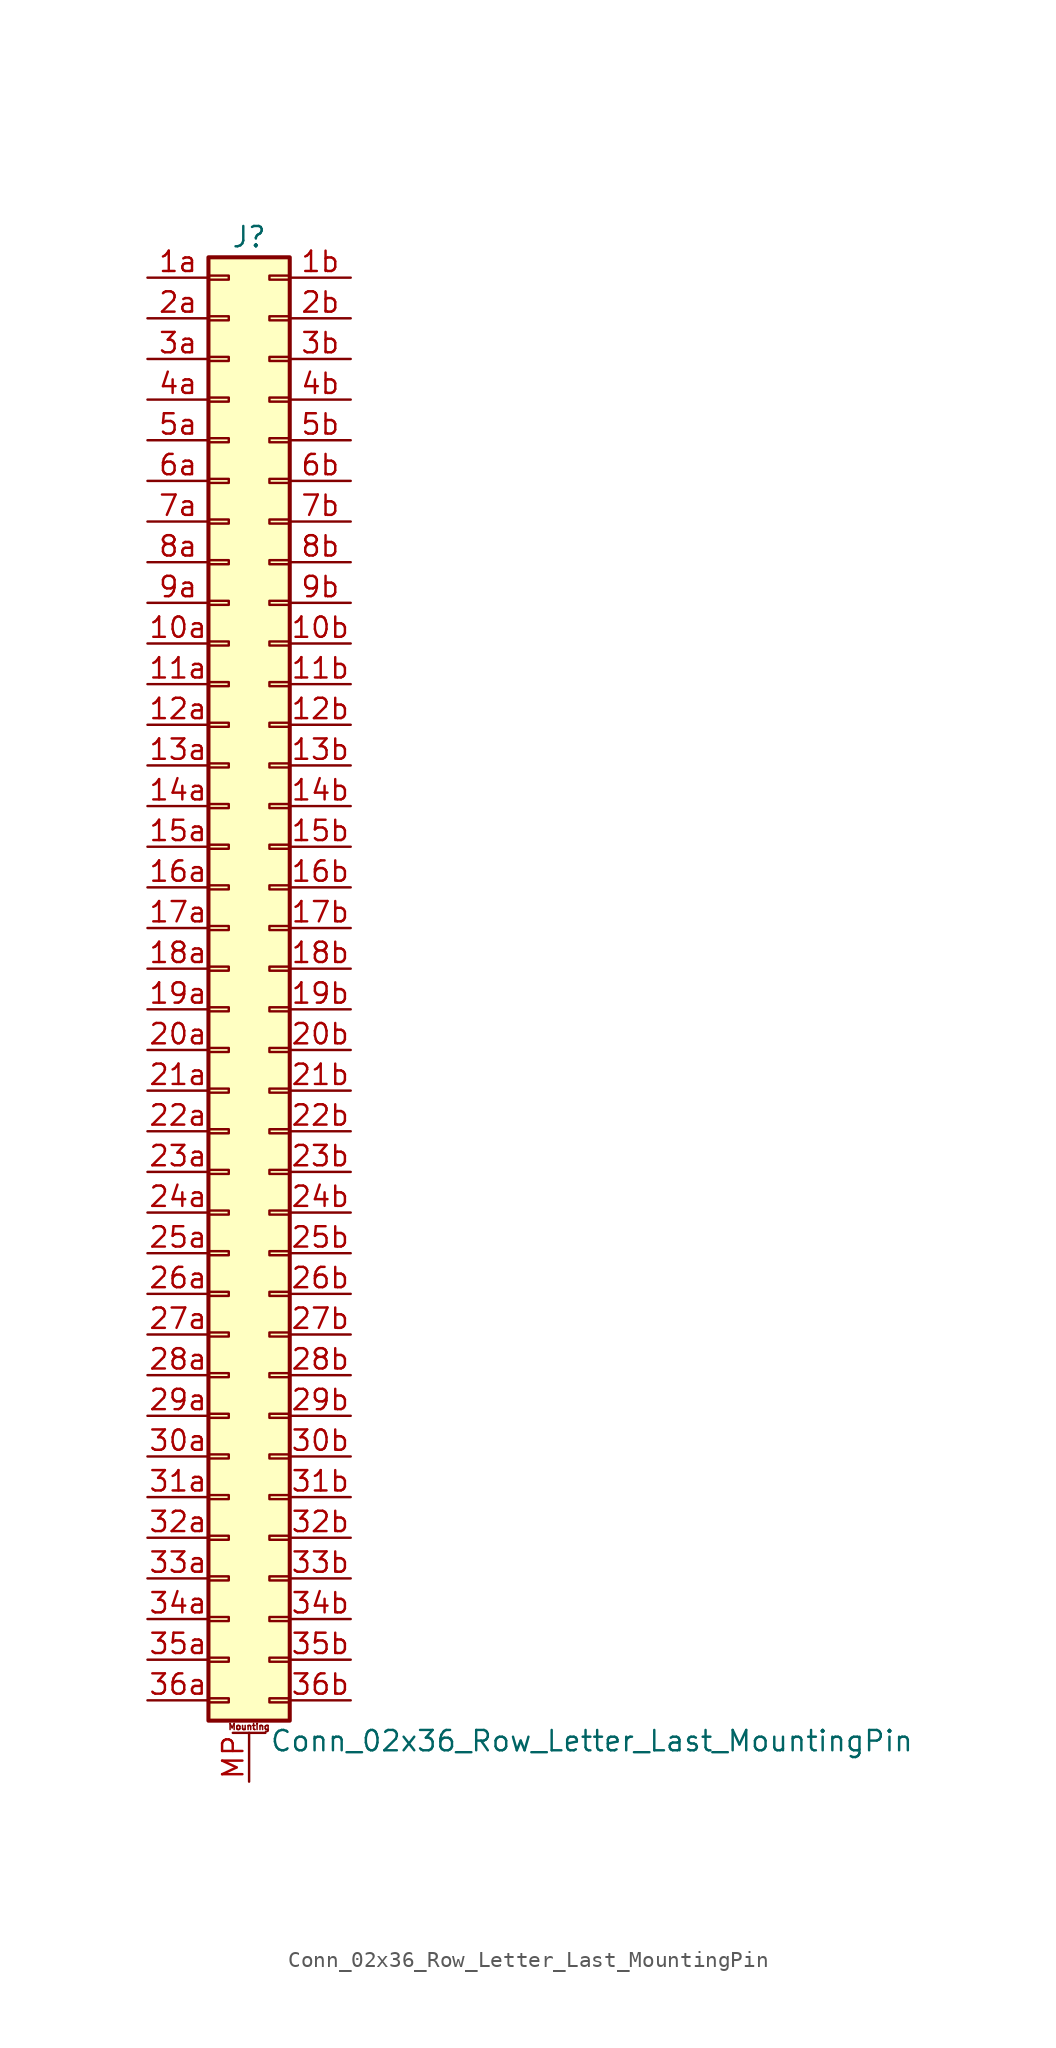
<source format=kicad_sym>
(kicad_symbol_lib
  (version 20220914)
  (generator kicad_symbol_editor)
  (symbol "Conn_02x36_Row_Letter_Last_MountingPin"
    (pin_names
      (offset 1.016) hide)
    (property "Reference" "J"
      (at 1.27 45.72 0)
      (effects (font (size 1.27 1.27))))
    (property "Value" "Conn_02x36_Row_Letter_Last_MountingPin"
      (at 2.54 -48.26 0)
      (effects (font (size 1.27 1.27)) (justify left)))
    (symbol "Conn_02x36_Row_Letter_Last_MountingPin_1_1"
      (rectangle (start -1.27 -45.593) (end 0 -45.847) (stroke (width 0.152) (type default)) (fill (type none)))
      (rectangle (start -1.27 -43.053) (end 0 -43.307) (stroke (width 0.152) (type default)) (fill (type none)))
      (rectangle (start -1.27 -40.513) (end 0 -40.767) (stroke (width 0.152) (type default)) (fill (type none)))
      (rectangle (start -1.27 -37.973) (end 0 -38.227) (stroke (width 0.152) (type default)) (fill (type none)))
      (rectangle (start -1.27 -35.433) (end 0 -35.687) (stroke (width 0.152) (type default)) (fill (type none)))
      (rectangle (start -1.27 -32.893) (end 0 -33.147) (stroke (width 0.152) (type default)) (fill (type none)))
      (rectangle (start -1.27 -30.353) (end 0 -30.607) (stroke (width 0.152) (type default)) (fill (type none)))
      (rectangle (start -1.27 -27.813) (end 0 -28.067) (stroke (width 0.152) (type default)) (fill (type none)))
      (rectangle (start -1.27 -25.273) (end 0 -25.527) (stroke (width 0.152) (type default)) (fill (type none)))
      (rectangle (start -1.27 -22.733) (end 0 -22.987) (stroke (width 0.152) (type default)) (fill (type none)))
      (rectangle (start -1.27 -20.193) (end 0 -20.447) (stroke (width 0.152) (type default)) (fill (type none)))
      (rectangle (start -1.27 -17.653) (end 0 -17.907) (stroke (width 0.152) (type default)) (fill (type none)))
      (rectangle (start -1.27 -15.113) (end 0 -15.367) (stroke (width 0.152) (type default)) (fill (type none)))
      (rectangle (start -1.27 -12.573) (end 0 -12.827) (stroke (width 0.152) (type default)) (fill (type none)))
      (rectangle (start -1.27 -10.033) (end 0 -10.287) (stroke (width 0.152) (type default)) (fill (type none)))
      (rectangle (start -1.27 -7.493) (end 0 -7.747) (stroke (width 0.152) (type default)) (fill (type none)))
      (rectangle (start -1.27 -4.953) (end 0 -5.207) (stroke (width 0.152) (type default)) (fill (type none)))
      (rectangle (start -1.27 -2.413) (end 0 -2.667) (stroke (width 0.152) (type default)) (fill (type none)))
      (rectangle (start -1.27 0.127) (end 0 -0.127) (stroke (width 0.152) (type default)) (fill (type none)))
      (rectangle (start -1.27 2.667) (end 0 2.413) (stroke (width 0.152) (type default)) (fill (type none)))
      (rectangle (start -1.27 5.207) (end 0 4.953) (stroke (width 0.152) (type default)) (fill (type none)))
      (rectangle (start -1.27 7.747) (end 0 7.493) (stroke (width 0.152) (type default)) (fill (type none)))
      (rectangle (start -1.27 10.287) (end 0 10.033) (stroke (width 0.152) (type default)) (fill (type none)))
      (rectangle (start -1.27 12.827) (end 0 12.573) (stroke (width 0.152) (type default)) (fill (type none)))
      (rectangle (start -1.27 15.367) (end 0 15.113) (stroke (width 0.152) (type default)) (fill (type none)))
      (rectangle (start -1.27 17.907) (end 0 17.653) (stroke (width 0.152) (type default)) (fill (type none)))
      (rectangle (start -1.27 20.447) (end 0 20.193) (stroke (width 0.152) (type default)) (fill (type none)))
      (rectangle (start -1.27 22.987) (end 0 22.733) (stroke (width 0.152) (type default)) (fill (type none)))
      (rectangle (start -1.27 25.527) (end 0 25.273) (stroke (width 0.152) (type default)) (fill (type none)))
      (rectangle (start -1.27 28.067) (end 0 27.813) (stroke (width 0.152) (type default)) (fill (type none)))
      (rectangle (start -1.27 30.607) (end 0 30.353) (stroke (width 0.152) (type default)) (fill (type none)))
      (rectangle (start -1.27 33.147) (end 0 32.893) (stroke (width 0.152) (type default)) (fill (type none)))
      (rectangle (start -1.27 35.687) (end 0 35.433) (stroke (width 0.152) (type default)) (fill (type none)))
      (rectangle (start -1.27 38.227) (end 0 37.973) (stroke (width 0.152) (type default)) (fill (type none)))
      (rectangle (start -1.27 40.767) (end 0 40.513) (stroke (width 0.152) (type default)) (fill (type none)))
      (rectangle (start -1.27 43.307) (end 0 43.053) (stroke (width 0.152) (type default)) (fill (type none)))
      (rectangle (start -1.27 44.45) (end 3.81 -46.99) (stroke (width 0.254) (type default)) (fill (type background)))
      (polyline (pts (xy 0.254 -47.752) (xy 2.286 -47.752)) (stroke (width 0.152) (type default)) (fill (type none)))
      (rectangle (start 3.81 -45.593) (end 2.54 -45.847) (stroke (width 0.152) (type default)) (fill (type none)))
      (rectangle (start 3.81 -43.053) (end 2.54 -43.307) (stroke (width 0.152) (type default)) (fill (type none)))
      (rectangle (start 3.81 -40.513) (end 2.54 -40.767) (stroke (width 0.152) (type default)) (fill (type none)))
      (rectangle (start 3.81 -37.973) (end 2.54 -38.227) (stroke (width 0.152) (type default)) (fill (type none)))
      (rectangle (start 3.81 -35.433) (end 2.54 -35.687) (stroke (width 0.152) (type default)) (fill (type none)))
      (rectangle (start 3.81 -32.893) (end 2.54 -33.147) (stroke (width 0.152) (type default)) (fill (type none)))
      (rectangle (start 3.81 -30.353) (end 2.54 -30.607) (stroke (width 0.152) (type default)) (fill (type none)))
      (rectangle (start 3.81 -27.813) (end 2.54 -28.067) (stroke (width 0.152) (type default)) (fill (type none)))
      (rectangle (start 3.81 -25.273) (end 2.54 -25.527) (stroke (width 0.152) (type default)) (fill (type none)))
      (rectangle (start 3.81 -22.733) (end 2.54 -22.987) (stroke (width 0.152) (type default)) (fill (type none)))
      (rectangle (start 3.81 -20.193) (end 2.54 -20.447) (stroke (width 0.152) (type default)) (fill (type none)))
      (rectangle (start 3.81 -17.653) (end 2.54 -17.907) (stroke (width 0.152) (type default)) (fill (type none)))
      (rectangle (start 3.81 -15.113) (end 2.54 -15.367) (stroke (width 0.152) (type default)) (fill (type none)))
      (rectangle (start 3.81 -12.573) (end 2.54 -12.827) (stroke (width 0.152) (type default)) (fill (type none)))
      (rectangle (start 3.81 -10.033) (end 2.54 -10.287) (stroke (width 0.152) (type default)) (fill (type none)))
      (rectangle (start 3.81 -7.493) (end 2.54 -7.747) (stroke (width 0.152) (type default)) (fill (type none)))
      (rectangle (start 3.81 -4.953) (end 2.54 -5.207) (stroke (width 0.152) (type default)) (fill (type none)))
      (rectangle (start 3.81 -2.413) (end 2.54 -2.667) (stroke (width 0.152) (type default)) (fill (type none)))
      (rectangle (start 3.81 0.127) (end 2.54 -0.127) (stroke (width 0.152) (type default)) (fill (type none)))
      (rectangle (start 3.81 2.667) (end 2.54 2.413) (stroke (width 0.152) (type default)) (fill (type none)))
      (rectangle (start 3.81 5.207) (end 2.54 4.953) (stroke (width 0.152) (type default)) (fill (type none)))
      (rectangle (start 3.81 7.747) (end 2.54 7.493) (stroke (width 0.152) (type default)) (fill (type none)))
      (rectangle (start 3.81 10.287) (end 2.54 10.033) (stroke (width 0.152) (type default)) (fill (type none)))
      (rectangle (start 3.81 12.827) (end 2.54 12.573) (stroke (width 0.152) (type default)) (fill (type none)))
      (rectangle (start 3.81 15.367) (end 2.54 15.113) (stroke (width 0.152) (type default)) (fill (type none)))
      (rectangle (start 3.81 17.907) (end 2.54 17.653) (stroke (width 0.152) (type default)) (fill (type none)))
      (rectangle (start 3.81 20.447) (end 2.54 20.193) (stroke (width 0.152) (type default)) (fill (type none)))
      (rectangle (start 3.81 22.987) (end 2.54 22.733) (stroke (width 0.152) (type default)) (fill (type none)))
      (rectangle (start 3.81 25.527) (end 2.54 25.273) (stroke (width 0.152) (type default)) (fill (type none)))
      (rectangle (start 3.81 28.067) (end 2.54 27.813) (stroke (width 0.152) (type default)) (fill (type none)))
      (rectangle (start 3.81 30.607) (end 2.54 30.353) (stroke (width 0.152) (type default)) (fill (type none)))
      (rectangle (start 3.81 33.147) (end 2.54 32.893) (stroke (width 0.152) (type default)) (fill (type none)))
      (rectangle (start 3.81 35.687) (end 2.54 35.433) (stroke (width 0.152) (type default)) (fill (type none)))
      (rectangle (start 3.81 38.227) (end 2.54 37.973) (stroke (width 0.152) (type default)) (fill (type none)))
      (rectangle (start 3.81 40.767) (end 2.54 40.513) (stroke (width 0.152) (type default)) (fill (type none)))
      (rectangle (start 3.81 43.307) (end 2.54 43.053) (stroke (width 0.152) (type default)) (fill (type none)))
      (text "Mounting" (at 1.27 -47.371 0) (effects (font (size 0.381 0.381))))
      (pin passive line (at -5.08 20.32 0) (length 3.81) (name "Pin_10a" (effects (font (size 1.27 1.27)))) (number "10a" (effects (font (size 1.27 1.27)))))
      (pin passive line (at 7.62 20.32 180) (length 3.81) (name "Pin_10b" (effects (font (size 1.27 1.27)))) (number "10b" (effects (font (size 1.27 1.27)))))
      (pin passive line (at -5.08 17.78 0) (length 3.81) (name "Pin_11a" (effects (font (size 1.27 1.27)))) (number "11a" (effects (font (size 1.27 1.27)))))
      (pin passive line (at 7.62 17.78 180) (length 3.81) (name "Pin_11b" (effects (font (size 1.27 1.27)))) (number "11b" (effects (font (size 1.27 1.27)))))
      (pin passive line (at -5.08 15.24 0) (length 3.81) (name "Pin_12a" (effects (font (size 1.27 1.27)))) (number "12a" (effects (font (size 1.27 1.27)))))
      (pin passive line (at 7.62 15.24 180) (length 3.81) (name "Pin_12b" (effects (font (size 1.27 1.27)))) (number "12b" (effects (font (size 1.27 1.27)))))
      (pin passive line (at -5.08 12.7 0) (length 3.81) (name "Pin_13a" (effects (font (size 1.27 1.27)))) (number "13a" (effects (font (size 1.27 1.27)))))
      (pin passive line (at 7.62 12.7 180) (length 3.81) (name "Pin_13b" (effects (font (size 1.27 1.27)))) (number "13b" (effects (font (size 1.27 1.27)))))
      (pin passive line (at -5.08 10.16 0) (length 3.81) (name "Pin_14a" (effects (font (size 1.27 1.27)))) (number "14a" (effects (font (size 1.27 1.27)))))
      (pin passive line (at 7.62 10.16 180) (length 3.81) (name "Pin_14b" (effects (font (size 1.27 1.27)))) (number "14b" (effects (font (size 1.27 1.27)))))
      (pin passive line (at -5.08 7.62 0) (length 3.81) (name "Pin_15a" (effects (font (size 1.27 1.27)))) (number "15a" (effects (font (size 1.27 1.27)))))
      (pin passive line (at 7.62 7.62 180) (length 3.81) (name "Pin_15b" (effects (font (size 1.27 1.27)))) (number "15b" (effects (font (size 1.27 1.27)))))
      (pin passive line (at -5.08 5.08 0) (length 3.81) (name "Pin_16a" (effects (font (size 1.27 1.27)))) (number "16a" (effects (font (size 1.27 1.27)))))
      (pin passive line (at 7.62 5.08 180) (length 3.81) (name "Pin_16b" (effects (font (size 1.27 1.27)))) (number "16b" (effects (font (size 1.27 1.27)))))
      (pin passive line (at -5.08 2.54 0) (length 3.81) (name "Pin_17a" (effects (font (size 1.27 1.27)))) (number "17a" (effects (font (size 1.27 1.27)))))
      (pin passive line (at 7.62 2.54 180) (length 3.81) (name "Pin_17b" (effects (font (size 1.27 1.27)))) (number "17b" (effects (font (size 1.27 1.27)))))
      (pin passive line (at -5.08 0 0) (length 3.81) (name "Pin_18a" (effects (font (size 1.27 1.27)))) (number "18a" (effects (font (size 1.27 1.27)))))
      (pin passive line (at 7.62 0 180) (length 3.81) (name "Pin_18b" (effects (font (size 1.27 1.27)))) (number "18b" (effects (font (size 1.27 1.27)))))
      (pin passive line (at -5.08 -2.54 0) (length 3.81) (name "Pin_19a" (effects (font (size 1.27 1.27)))) (number "19a" (effects (font (size 1.27 1.27)))))
      (pin passive line (at 7.62 -2.54 180) (length 3.81) (name "Pin_19b" (effects (font (size 1.27 1.27)))) (number "19b" (effects (font (size 1.27 1.27)))))
      (pin passive line (at -5.08 43.18 0) (length 3.81) (name "Pin_1a" (effects (font (size 1.27 1.27)))) (number "1a" (effects (font (size 1.27 1.27)))))
      (pin passive line (at 7.62 43.18 180) (length 3.81) (name "Pin_1b" (effects (font (size 1.27 1.27)))) (number "1b" (effects (font (size 1.27 1.27)))))
      (pin passive line (at -5.08 -5.08 0) (length 3.81) (name "Pin_20a" (effects (font (size 1.27 1.27)))) (number "20a" (effects (font (size 1.27 1.27)))))
      (pin passive line (at 7.62 -5.08 180) (length 3.81) (name "Pin_20b" (effects (font (size 1.27 1.27)))) (number "20b" (effects (font (size 1.27 1.27)))))
      (pin passive line (at -5.08 -7.62 0) (length 3.81) (name "Pin_21a" (effects (font (size 1.27 1.27)))) (number "21a" (effects (font (size 1.27 1.27)))))
      (pin passive line (at 7.62 -7.62 180) (length 3.81) (name "Pin_21b" (effects (font (size 1.27 1.27)))) (number "21b" (effects (font (size 1.27 1.27)))))
      (pin passive line (at -5.08 -10.16 0) (length 3.81) (name "Pin_22a" (effects (font (size 1.27 1.27)))) (number "22a" (effects (font (size 1.27 1.27)))))
      (pin passive line (at 7.62 -10.16 180) (length 3.81) (name "Pin_22b" (effects (font (size 1.27 1.27)))) (number "22b" (effects (font (size 1.27 1.27)))))
      (pin passive line (at -5.08 -12.7 0) (length 3.81) (name "Pin_23a" (effects (font (size 1.27 1.27)))) (number "23a" (effects (font (size 1.27 1.27)))))
      (pin passive line (at 7.62 -12.7 180) (length 3.81) (name "Pin_23b" (effects (font (size 1.27 1.27)))) (number "23b" (effects (font (size 1.27 1.27)))))
      (pin passive line (at -5.08 -15.24 0) (length 3.81) (name "Pin_24a" (effects (font (size 1.27 1.27)))) (number "24a" (effects (font (size 1.27 1.27)))))
      (pin passive line (at 7.62 -15.24 180) (length 3.81) (name "Pin_24b" (effects (font (size 1.27 1.27)))) (number "24b" (effects (font (size 1.27 1.27)))))
      (pin passive line (at -5.08 -17.78 0) (length 3.81) (name "Pin_25a" (effects (font (size 1.27 1.27)))) (number "25a" (effects (font (size 1.27 1.27)))))
      (pin passive line (at 7.62 -17.78 180) (length 3.81) (name "Pin_25b" (effects (font (size 1.27 1.27)))) (number "25b" (effects (font (size 1.27 1.27)))))
      (pin passive line (at -5.08 -20.32 0) (length 3.81) (name "Pin_26a" (effects (font (size 1.27 1.27)))) (number "26a" (effects (font (size 1.27 1.27)))))
      (pin passive line (at 7.62 -20.32 180) (length 3.81) (name "Pin_26b" (effects (font (size 1.27 1.27)))) (number "26b" (effects (font (size 1.27 1.27)))))
      (pin passive line (at -5.08 -22.86 0) (length 3.81) (name "Pin_27a" (effects (font (size 1.27 1.27)))) (number "27a" (effects (font (size 1.27 1.27)))))
      (pin passive line (at 7.62 -22.86 180) (length 3.81) (name "Pin_27b" (effects (font (size 1.27 1.27)))) (number "27b" (effects (font (size 1.27 1.27)))))
      (pin passive line (at -5.08 -25.4 0) (length 3.81) (name "Pin_28a" (effects (font (size 1.27 1.27)))) (number "28a" (effects (font (size 1.27 1.27)))))
      (pin passive line (at 7.62 -25.4 180) (length 3.81) (name "Pin_28b" (effects (font (size 1.27 1.27)))) (number "28b" (effects (font (size 1.27 1.27)))))
      (pin passive line (at -5.08 -27.94 0) (length 3.81) (name "Pin_29a" (effects (font (size 1.27 1.27)))) (number "29a" (effects (font (size 1.27 1.27)))))
      (pin passive line (at 7.62 -27.94 180) (length 3.81) (name "Pin_29b" (effects (font (size 1.27 1.27)))) (number "29b" (effects (font (size 1.27 1.27)))))
      (pin passive line (at -5.08 40.64 0) (length 3.81) (name "Pin_2a" (effects (font (size 1.27 1.27)))) (number "2a" (effects (font (size 1.27 1.27)))))
      (pin passive line (at 7.62 40.64 180) (length 3.81) (name "Pin_2b" (effects (font (size 1.27 1.27)))) (number "2b" (effects (font (size 1.27 1.27)))))
      (pin passive line (at -5.08 -30.48 0) (length 3.81) (name "Pin_30a" (effects (font (size 1.27 1.27)))) (number "30a" (effects (font (size 1.27 1.27)))))
      (pin passive line (at 7.62 -30.48 180) (length 3.81) (name "Pin_30b" (effects (font (size 1.27 1.27)))) (number "30b" (effects (font (size 1.27 1.27)))))
      (pin passive line (at -5.08 -33.02 0) (length 3.81) (name "Pin_31a" (effects (font (size 1.27 1.27)))) (number "31a" (effects (font (size 1.27 1.27)))))
      (pin passive line (at 7.62 -33.02 180) (length 3.81) (name "Pin_31b" (effects (font (size 1.27 1.27)))) (number "31b" (effects (font (size 1.27 1.27)))))
      (pin passive line (at -5.08 -35.56 0) (length 3.81) (name "Pin_32a" (effects (font (size 1.27 1.27)))) (number "32a" (effects (font (size 1.27 1.27)))))
      (pin passive line (at 7.62 -35.56 180) (length 3.81) (name "Pin_32b" (effects (font (size 1.27 1.27)))) (number "32b" (effects (font (size 1.27 1.27)))))
      (pin passive line (at -5.08 -38.1 0) (length 3.81) (name "Pin_33a" (effects (font (size 1.27 1.27)))) (number "33a" (effects (font (size 1.27 1.27)))))
      (pin passive line (at 7.62 -38.1 180) (length 3.81) (name "Pin_33b" (effects (font (size 1.27 1.27)))) (number "33b" (effects (font (size 1.27 1.27)))))
      (pin passive line (at -5.08 -40.64 0) (length 3.81) (name "Pin_34a" (effects (font (size 1.27 1.27)))) (number "34a" (effects (font (size 1.27 1.27)))))
      (pin passive line (at 7.62 -40.64 180) (length 3.81) (name "Pin_34b" (effects (font (size 1.27 1.27)))) (number "34b" (effects (font (size 1.27 1.27)))))
      (pin passive line (at -5.08 -43.18 0) (length 3.81) (name "Pin_35a" (effects (font (size 1.27 1.27)))) (number "35a" (effects (font (size 1.27 1.27)))))
      (pin passive line (at 7.62 -43.18 180) (length 3.81) (name "Pin_35b" (effects (font (size 1.27 1.27)))) (number "35b" (effects (font (size 1.27 1.27)))))
      (pin passive line (at -5.08 -45.72 0) (length 3.81) (name "Pin_36a" (effects (font (size 1.27 1.27)))) (number "36a" (effects (font (size 1.27 1.27)))))
      (pin passive line (at 7.62 -45.72 180) (length 3.81) (name "Pin_36b" (effects (font (size 1.27 1.27)))) (number "36b" (effects (font (size 1.27 1.27)))))
      (pin passive line (at -5.08 38.1 0) (length 3.81) (name "Pin_3a" (effects (font (size 1.27 1.27)))) (number "3a" (effects (font (size 1.27 1.27)))))
      (pin passive line (at 7.62 38.1 180) (length 3.81) (name "Pin_3b" (effects (font (size 1.27 1.27)))) (number "3b" (effects (font (size 1.27 1.27)))))
      (pin passive line (at -5.08 35.56 0) (length 3.81) (name "Pin_4a" (effects (font (size 1.27 1.27)))) (number "4a" (effects (font (size 1.27 1.27)))))
      (pin passive line (at 7.62 35.56 180) (length 3.81) (name "Pin_4b" (effects (font (size 1.27 1.27)))) (number "4b" (effects (font (size 1.27 1.27)))))
      (pin passive line (at -5.08 33.02 0) (length 3.81) (name "Pin_5a" (effects (font (size 1.27 1.27)))) (number "5a" (effects (font (size 1.27 1.27)))))
      (pin passive line (at 7.62 33.02 180) (length 3.81) (name "Pin_5b" (effects (font (size 1.27 1.27)))) (number "5b" (effects (font (size 1.27 1.27)))))
      (pin passive line (at -5.08 30.48 0) (length 3.81) (name "Pin_6a" (effects (font (size 1.27 1.27)))) (number "6a" (effects (font (size 1.27 1.27)))))
      (pin passive line (at 7.62 30.48 180) (length 3.81) (name "Pin_6b" (effects (font (size 1.27 1.27)))) (number "6b" (effects (font (size 1.27 1.27)))))
      (pin passive line (at -5.08 27.94 0) (length 3.81) (name "Pin_7a" (effects (font (size 1.27 1.27)))) (number "7a" (effects (font (size 1.27 1.27)))))
      (pin passive line (at 7.62 27.94 180) (length 3.81) (name "Pin_7b" (effects (font (size 1.27 1.27)))) (number "7b" (effects (font (size 1.27 1.27)))))
      (pin passive line (at -5.08 25.4 0) (length 3.81) (name "Pin_8a" (effects (font (size 1.27 1.27)))) (number "8a" (effects (font (size 1.27 1.27)))))
      (pin passive line (at 7.62 25.4 180) (length 3.81) (name "Pin_8b" (effects (font (size 1.27 1.27)))) (number "8b" (effects (font (size 1.27 1.27)))))
      (pin passive line (at -5.08 22.86 0) (length 3.81) (name "Pin_9a" (effects (font (size 1.27 1.27)))) (number "9a" (effects (font (size 1.27 1.27)))))
      (pin passive line (at 7.62 22.86 180) (length 3.81) (name "Pin_9b" (effects (font (size 1.27 1.27)))) (number "9b" (effects (font (size 1.27 1.27)))))
      (pin passive line (at 1.27 -50.8 90) (length 3.048) (name "MountPin" (effects (font (size 1.27 1.27)))) (number "MP" (effects (font (size 1.27 1.27))))))))
</source>
